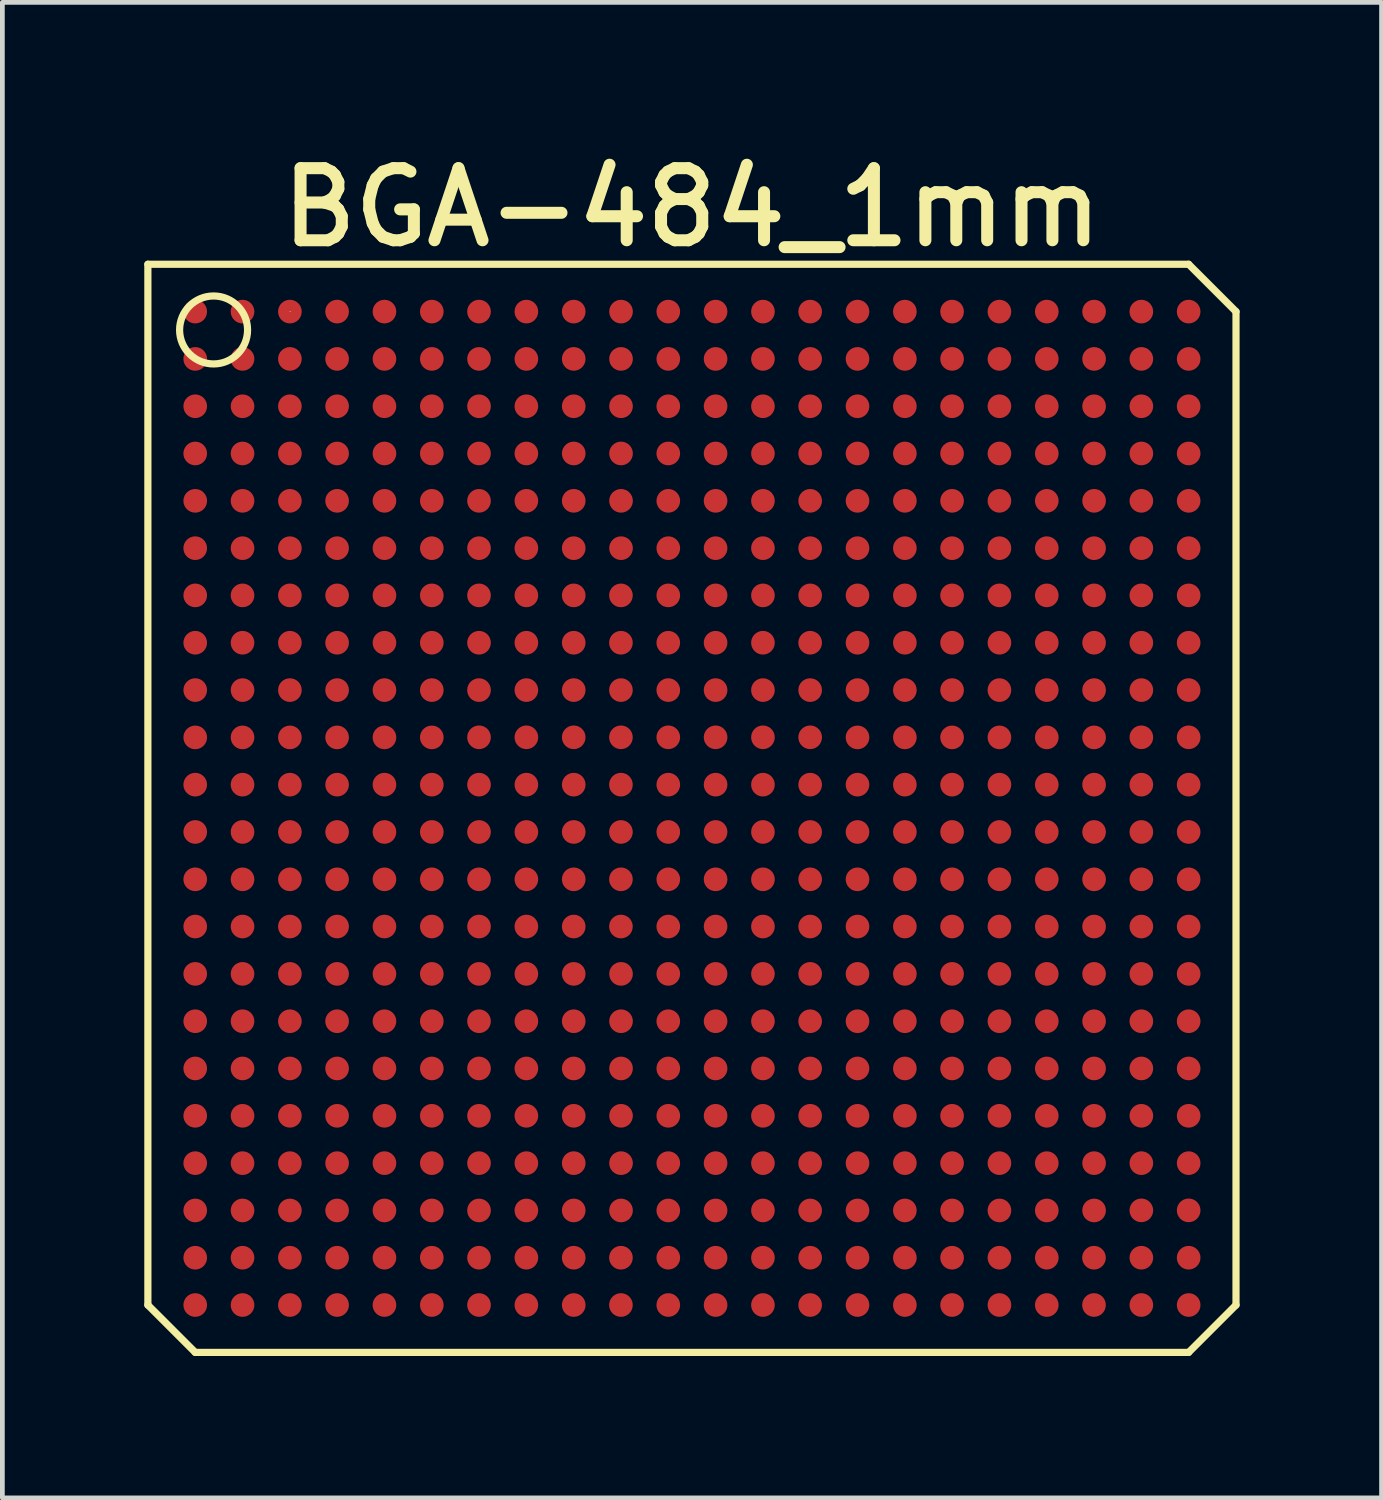
<source format=kicad_pcb>
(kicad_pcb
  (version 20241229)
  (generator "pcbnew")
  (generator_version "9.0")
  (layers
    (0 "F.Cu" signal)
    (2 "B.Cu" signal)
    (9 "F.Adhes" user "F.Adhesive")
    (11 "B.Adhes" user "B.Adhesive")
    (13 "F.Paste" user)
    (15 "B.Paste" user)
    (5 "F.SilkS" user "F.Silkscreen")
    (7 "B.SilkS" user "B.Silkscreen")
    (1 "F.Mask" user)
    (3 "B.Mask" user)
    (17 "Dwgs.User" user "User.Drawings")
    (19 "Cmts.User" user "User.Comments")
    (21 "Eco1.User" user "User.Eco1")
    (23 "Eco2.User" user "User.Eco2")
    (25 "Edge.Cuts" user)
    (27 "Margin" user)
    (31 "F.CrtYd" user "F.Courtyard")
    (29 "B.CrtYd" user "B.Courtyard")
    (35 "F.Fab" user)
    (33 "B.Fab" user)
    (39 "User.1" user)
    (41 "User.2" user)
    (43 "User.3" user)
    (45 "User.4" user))
  (footprint "BGA-484_1mm"
    (layer "F.Cu")
    (at 11.577 14.037)
    (property "Reference" "BGA-484_1mm" (at 0 -12.7 0) (layer "F.SilkS") (effects (font (size 1.524 1.524) (thickness 0.254))))
    (attr smd)
    (fp_line (start -11.501 -11.501) (end 10.5 -11.501) (stroke (width 0.152) (type solid)) (layer "F.SilkS"))
    (fp_line (start -11.501 10.5) (end -11.501 -11.501) (stroke (width 0.152) (type solid)) (layer "F.SilkS"))
    (fp_line (start -10.5 11.501) (end -11.501 10.5) (stroke (width 0.152) (type solid)) (layer "F.SilkS"))
    (fp_line (start -8.499 -10.5) (end -8.489 -10.5) (stroke (width 0.013) (type solid)) (layer "F.SilkS"))
    (fp_line (start 10.5 -11.501) (end 11.501 -10.5) (stroke (width 0.152) (type solid)) (layer "F.SilkS"))
    (fp_line (start 10.5 11.501) (end -10.5 11.501) (stroke (width 0.152) (type solid)) (layer "F.SilkS"))
    (fp_line (start 11.501 -10.5) (end 11.501 10.5) (stroke (width 0.152) (type solid)) (layer "F.SilkS"))
    (fp_line (start 11.501 10.5) (end 10.5 11.501) (stroke (width 0.152) (type solid)) (layer "F.SilkS"))
    (fp_circle (center -10.112 -10.112) (end -9.604 -10.62) (stroke (width 0.152) (type solid)) (fill no) (layer "F.SilkS"))
    (pad "A1" smd circle (at -10.5 -10.5) (size 0.5 0.5) (layers "F.Cu" "F.Mask" "F.Paste"))
    (pad "A2" smd circle (at -9.5 -10.5) (size 0.5 0.5) (layers "F.Cu" "F.Mask" "F.Paste"))
    (pad "A3" smd circle (at -8.499 -10.5) (size 0.5 0.5) (layers "F.Cu" "F.Mask" "F.Paste"))
    (pad "A4" smd circle (at -7.501 -10.5) (size 0.5 0.5) (layers "F.Cu" "F.Mask" "F.Paste"))
    (pad "A5" smd circle (at -6.5 -10.5) (size 0.5 0.5) (layers "F.Cu" "F.Mask" "F.Paste"))
    (pad "A6" smd circle (at -5.499 -10.5) (size 0.5 0.5) (layers "F.Cu" "F.Mask" "F.Paste"))
    (pad "A7" smd circle (at -4.501 -10.5) (size 0.5 0.5) (layers "F.Cu" "F.Mask" "F.Paste"))
    (pad "A8" smd circle (at -3.5 -10.5) (size 0.5 0.5) (layers "F.Cu" "F.Mask" "F.Paste"))
    (pad "A9" smd circle (at -2.499 -10.5) (size 0.5 0.5) (layers "F.Cu" "F.Mask" "F.Paste"))
    (pad "A10" smd circle (at -1.499 -10.5) (size 0.5 0.5) (layers "F.Cu" "F.Mask" "F.Paste"))
    (pad "A11" smd circle (at -0.5 -10.5) (size 0.5 0.5) (layers "F.Cu" "F.Mask" "F.Paste"))
    (pad "A12" smd circle (at 0.5 -10.5) (size 0.5 0.5) (layers "F.Cu" "F.Mask" "F.Paste"))
    (pad "A13" smd circle (at 1.501 -10.5) (size 0.5 0.5) (layers "F.Cu" "F.Mask" "F.Paste"))
    (pad "A14" smd circle (at 2.499 -10.5) (size 0.5 0.5) (layers "F.Cu" "F.Mask" "F.Paste"))
    (pad "A15" smd circle (at 3.5 -10.5) (size 0.5 0.5) (layers "F.Cu" "F.Mask" "F.Paste"))
    (pad "A16" smd circle (at 4.501 -10.5) (size 0.5 0.5) (layers "F.Cu" "F.Mask" "F.Paste"))
    (pad "A17" smd circle (at 5.499 -10.5) (size 0.5 0.5) (layers "F.Cu" "F.Mask" "F.Paste"))
    (pad "A18" smd circle (at 6.5 -10.5) (size 0.5 0.5) (layers "F.Cu" "F.Mask" "F.Paste"))
    (pad "A19" smd circle (at 7.501 -10.5) (size 0.5 0.5) (layers "F.Cu" "F.Mask" "F.Paste"))
    (pad "A20" smd circle (at 8.501 -10.5) (size 0.5 0.5) (layers "F.Cu" "F.Mask" "F.Paste"))
    (pad "A21" smd circle (at 9.5 -10.5) (size 0.5 0.5) (layers "F.Cu" "F.Mask" "F.Paste"))
    (pad "A22" smd circle (at 10.5 -10.5) (size 0.5 0.5) (layers "F.Cu" "F.Mask" "F.Paste"))
    (pad "AA1" smd circle (at -10.5 9.5) (size 0.5 0.5) (layers "F.Cu" "F.Mask" "F.Paste"))
    (pad "AA2" smd circle (at -9.5 9.5) (size 0.5 0.5) (layers "F.Cu" "F.Mask" "F.Paste"))
    (pad "AA3" smd circle (at -8.499 9.5) (size 0.5 0.5) (layers "F.Cu" "F.Mask" "F.Paste"))
    (pad "AA4" smd circle (at -7.501 9.5) (size 0.5 0.5) (layers "F.Cu" "F.Mask" "F.Paste"))
    (pad "AA5" smd circle (at -6.5 9.5) (size 0.5 0.5) (layers "F.Cu" "F.Mask" "F.Paste"))
    (pad "AA6" smd circle (at -5.499 9.5) (size 0.5 0.5) (layers "F.Cu" "F.Mask" "F.Paste"))
    (pad "AA7" smd circle (at -4.501 9.5) (size 0.5 0.5) (layers "F.Cu" "F.Mask" "F.Paste"))
    (pad "AA8" smd circle (at -3.5 9.5) (size 0.5 0.5) (layers "F.Cu" "F.Mask" "F.Paste"))
    (pad "AA9" smd circle (at -2.499 9.5) (size 0.5 0.5) (layers "F.Cu" "F.Mask" "F.Paste"))
    (pad "AA10" smd circle (at -1.501 9.5) (size 0.5 0.5) (layers "F.Cu" "F.Mask" "F.Paste"))
    (pad "AA11" smd circle (at -0.5 9.5) (size 0.5 0.5) (layers "F.Cu" "F.Mask" "F.Paste"))
    (pad "AA12" smd circle (at 0.5 9.5) (size 0.5 0.5) (layers "F.Cu" "F.Mask" "F.Paste"))
    (pad "AA13" smd circle (at 1.501 9.5) (size 0.5 0.5) (layers "F.Cu" "F.Mask" "F.Paste"))
    (pad "AA14" smd circle (at 2.499 9.5) (size 0.5 0.5) (layers "F.Cu" "F.Mask" "F.Paste"))
    (pad "AA15" smd circle (at 3.5 9.5) (size 0.5 0.5) (layers "F.Cu" "F.Mask" "F.Paste"))
    (pad "AA16" smd circle (at 4.501 9.5) (size 0.5 0.5) (layers "F.Cu" "F.Mask" "F.Paste"))
    (pad "AA17" smd circle (at 5.499 9.5) (size 0.5 0.5) (layers "F.Cu" "F.Mask" "F.Paste"))
    (pad "AA18" smd circle (at 6.5 9.5) (size 0.5 0.5) (layers "F.Cu" "F.Mask" "F.Paste"))
    (pad "AA19" smd circle (at 7.501 9.5) (size 0.5 0.5) (layers "F.Cu" "F.Mask" "F.Paste"))
    (pad "AA20" smd circle (at 8.499 9.5) (size 0.5 0.5) (layers "F.Cu" "F.Mask" "F.Paste"))
    (pad "AA21" smd circle (at 9.5 9.5) (size 0.5 0.5) (layers "F.Cu" "F.Mask" "F.Paste"))
    (pad "AA22" smd circle (at 10.5 9.5) (size 0.5 0.5) (layers "F.Cu" "F.Mask" "F.Paste"))
    (pad "AB1" smd circle (at -10.5 10.5) (size 0.5 0.5) (layers "F.Cu" "F.Mask" "F.Paste"))
    (pad "AB2" smd circle (at -9.5 10.5) (size 0.5 0.5) (layers "F.Cu" "F.Mask" "F.Paste"))
    (pad "AB3" smd circle (at -8.499 10.5) (size 0.5 0.5) (layers "F.Cu" "F.Mask" "F.Paste"))
    (pad "AB4" smd circle (at -7.501 10.5) (size 0.5 0.5) (layers "F.Cu" "F.Mask" "F.Paste"))
    (pad "AB5" smd circle (at -6.5 10.5) (size 0.5 0.5) (layers "F.Cu" "F.Mask" "F.Paste"))
    (pad "AB6" smd circle (at -5.499 10.5) (size 0.5 0.5) (layers "F.Cu" "F.Mask" "F.Paste"))
    (pad "AB7" smd circle (at -4.501 10.5) (size 0.5 0.5) (layers "F.Cu" "F.Mask" "F.Paste"))
    (pad "AB8" smd circle (at -3.5 10.5) (size 0.5 0.5) (layers "F.Cu" "F.Mask" "F.Paste"))
    (pad "AB9" smd circle (at -2.499 10.5) (size 0.5 0.5) (layers "F.Cu" "F.Mask" "F.Paste"))
    (pad "AB10" smd circle (at -1.501 10.5) (size 0.5 0.5) (layers "F.Cu" "F.Mask" "F.Paste"))
    (pad "AB11" smd circle (at -0.5 10.5) (size 0.5 0.5) (layers "F.Cu" "F.Mask" "F.Paste"))
    (pad "AB12" smd circle (at 0.5 10.5) (size 0.5 0.5) (layers "F.Cu" "F.Mask" "F.Paste"))
    (pad "AB13" smd circle (at 1.501 10.5) (size 0.5 0.5) (layers "F.Cu" "F.Mask" "F.Paste"))
    (pad "AB14" smd circle (at 2.499 10.5) (size 0.5 0.5) (layers "F.Cu" "F.Mask" "F.Paste"))
    (pad "AB15" smd circle (at 3.5 10.5) (size 0.5 0.5) (layers "F.Cu" "F.Mask" "F.Paste"))
    (pad "AB16" smd circle (at 4.501 10.5) (size 0.5 0.5) (layers "F.Cu" "F.Mask" "F.Paste"))
    (pad "AB17" smd circle (at 5.499 10.5) (size 0.5 0.5) (layers "F.Cu" "F.Mask" "F.Paste"))
    (pad "AB18" smd circle (at 6.5 10.5) (size 0.5 0.5) (layers "F.Cu" "F.Mask" "F.Paste"))
    (pad "AB19" smd circle (at 7.501 10.5) (size 0.5 0.5) (layers "F.Cu" "F.Mask" "F.Paste"))
    (pad "AB20" smd circle (at 8.499 10.5) (size 0.5 0.5) (layers "F.Cu" "F.Mask" "F.Paste"))
    (pad "AB21" smd circle (at 9.5 10.5) (size 0.5 0.5) (layers "F.Cu" "F.Mask" "F.Paste"))
    (pad "AB22" smd circle (at 10.5 10.5) (size 0.5 0.5) (layers "F.Cu" "F.Mask" "F.Paste"))
    (pad "B1" smd circle (at -10.5 -9.5) (size 0.5 0.5) (layers "F.Cu" "F.Mask" "F.Paste"))
    (pad "B2" smd circle (at -9.5 -9.5) (size 0.5 0.5) (layers "F.Cu" "F.Mask" "F.Paste"))
    (pad "B3" smd circle (at -8.499 -9.5) (size 0.5 0.5) (layers "F.Cu" "F.Mask" "F.Paste"))
    (pad "B4" smd circle (at -7.501 -9.5) (size 0.5 0.5) (layers "F.Cu" "F.Mask" "F.Paste"))
    (pad "B5" smd circle (at -6.5 -9.5) (size 0.5 0.5) (layers "F.Cu" "F.Mask" "F.Paste"))
    (pad "B6" smd circle (at -5.499 -9.5) (size 0.5 0.5) (layers "F.Cu" "F.Mask" "F.Paste"))
    (pad "B7" smd circle (at -4.501 -9.5) (size 0.5 0.5) (layers "F.Cu" "F.Mask" "F.Paste"))
    (pad "B8" smd circle (at -3.5 -9.5) (size 0.5 0.5) (layers "F.Cu" "F.Mask" "F.Paste"))
    (pad "B9" smd circle (at -2.499 -9.5) (size 0.5 0.5) (layers "F.Cu" "F.Mask" "F.Paste"))
    (pad "B10" smd circle (at -1.499 -9.5) (size 0.5 0.5) (layers "F.Cu" "F.Mask" "F.Paste"))
    (pad "B11" smd circle (at -0.5 -9.5) (size 0.5 0.5) (layers "F.Cu" "F.Mask" "F.Paste"))
    (pad "B12" smd circle (at 0.5 -9.5) (size 0.5 0.5) (layers "F.Cu" "F.Mask" "F.Paste"))
    (pad "B13" smd circle (at 1.501 -9.5) (size 0.5 0.5) (layers "F.Cu" "F.Mask" "F.Paste"))
    (pad "B14" smd circle (at 2.499 -9.5) (size 0.5 0.5) (layers "F.Cu" "F.Mask" "F.Paste"))
    (pad "B15" smd circle (at 3.5 -9.5) (size 0.5 0.5) (layers "F.Cu" "F.Mask" "F.Paste"))
    (pad "B16" smd circle (at 4.501 -9.5) (size 0.5 0.5) (layers "F.Cu" "F.Mask" "F.Paste"))
    (pad "B17" smd circle (at 5.499 -9.5) (size 0.5 0.5) (layers "F.Cu" "F.Mask" "F.Paste"))
    (pad "B18" smd circle (at 6.5 -9.5) (size 0.5 0.5) (layers "F.Cu" "F.Mask" "F.Paste"))
    (pad "B19" smd circle (at 7.501 -9.5) (size 0.5 0.5) (layers "F.Cu" "F.Mask" "F.Paste"))
    (pad "B20" smd circle (at 8.501 -9.5) (size 0.5 0.5) (layers "F.Cu" "F.Mask" "F.Paste"))
    (pad "B21" smd circle (at 9.5 -9.5) (size 0.5 0.5) (layers "F.Cu" "F.Mask" "F.Paste"))
    (pad "B22" smd circle (at 10.5 -9.5) (size 0.5 0.5) (layers "F.Cu" "F.Mask" "F.Paste"))
    (pad "C1" smd circle (at -10.5 -8.499) (size 0.5 0.5) (layers "F.Cu" "F.Mask" "F.Paste"))
    (pad "C2" smd circle (at -9.5 -8.499) (size 0.5 0.5) (layers "F.Cu" "F.Mask" "F.Paste"))
    (pad "C3" smd circle (at -8.499 -8.499) (size 0.5 0.5) (layers "F.Cu" "F.Mask" "F.Paste"))
    (pad "C4" smd circle (at -7.501 -8.499) (size 0.5 0.5) (layers "F.Cu" "F.Mask" "F.Paste"))
    (pad "C5" smd circle (at -6.5 -8.499) (size 0.5 0.5) (layers "F.Cu" "F.Mask" "F.Paste"))
    (pad "C6" smd circle (at -5.499 -8.499) (size 0.5 0.5) (layers "F.Cu" "F.Mask" "F.Paste"))
    (pad "C7" smd circle (at -4.501 -8.499) (size 0.5 0.5) (layers "F.Cu" "F.Mask" "F.Paste"))
    (pad "C8" smd circle (at -3.5 -8.499) (size 0.5 0.5) (layers "F.Cu" "F.Mask" "F.Paste"))
    (pad "C9" smd circle (at -2.499 -8.499) (size 0.5 0.5) (layers "F.Cu" "F.Mask" "F.Paste"))
    (pad "C10" smd circle (at -1.499 -8.499) (size 0.5 0.5) (layers "F.Cu" "F.Mask" "F.Paste"))
    (pad "C11" smd circle (at -0.5 -8.499) (size 0.5 0.5) (layers "F.Cu" "F.Mask" "F.Paste"))
    (pad "C12" smd circle (at 0.5 -8.499) (size 0.5 0.5) (layers "F.Cu" "F.Mask" "F.Paste"))
    (pad "C13" smd circle (at 1.501 -8.499) (size 0.5 0.5) (layers "F.Cu" "F.Mask" "F.Paste"))
    (pad "C14" smd circle (at 2.499 -8.499) (size 0.5 0.5) (layers "F.Cu" "F.Mask" "F.Paste"))
    (pad "C15" smd circle (at 3.5 -8.499) (size 0.5 0.5) (layers "F.Cu" "F.Mask" "F.Paste"))
    (pad "C16" smd circle (at 4.501 -8.499) (size 0.5 0.5) (layers "F.Cu" "F.Mask" "F.Paste"))
    (pad "C17" smd circle (at 5.499 -8.499) (size 0.5 0.5) (layers "F.Cu" "F.Mask" "F.Paste"))
    (pad "C18" smd circle (at 6.5 -8.499) (size 0.5 0.5) (layers "F.Cu" "F.Mask" "F.Paste"))
    (pad "C19" smd circle (at 7.501 -8.499) (size 0.5 0.5) (layers "F.Cu" "F.Mask" "F.Paste"))
    (pad "C20" smd circle (at 8.501 -8.499) (size 0.5 0.5) (layers "F.Cu" "F.Mask" "F.Paste"))
    (pad "C21" smd circle (at 9.5 -8.499) (size 0.5 0.5) (layers "F.Cu" "F.Mask" "F.Paste"))
    (pad "C22" smd circle (at 10.5 -8.499) (size 0.5 0.5) (layers "F.Cu" "F.Mask" "F.Paste"))
    (pad "D1" smd circle (at -10.5 -7.501) (size 0.5 0.5) (layers "F.Cu" "F.Mask" "F.Paste"))
    (pad "D2" smd circle (at -9.5 -7.501) (size 0.5 0.5) (layers "F.Cu" "F.Mask" "F.Paste"))
    (pad "D3" smd circle (at -8.499 -7.501) (size 0.5 0.5) (layers "F.Cu" "F.Mask" "F.Paste"))
    (pad "D4" smd circle (at -7.501 -7.501) (size 0.5 0.5) (layers "F.Cu" "F.Mask" "F.Paste"))
    (pad "D5" smd circle (at -6.5 -7.501) (size 0.5 0.5) (layers "F.Cu" "F.Mask" "F.Paste"))
    (pad "D6" smd circle (at -5.499 -7.501) (size 0.5 0.5) (layers "F.Cu" "F.Mask" "F.Paste"))
    (pad "D7" smd circle (at -4.501 -7.501) (size 0.5 0.5) (layers "F.Cu" "F.Mask" "F.Paste"))
    (pad "D8" smd circle (at -3.5 -7.501) (size 0.5 0.5) (layers "F.Cu" "F.Mask" "F.Paste"))
    (pad "D9" smd circle (at -2.499 -7.501) (size 0.5 0.5) (layers "F.Cu" "F.Mask" "F.Paste"))
    (pad "D10" smd circle (at -1.499 -7.501) (size 0.5 0.5) (layers "F.Cu" "F.Mask" "F.Paste"))
    (pad "D11" smd circle (at -0.5 -7.501) (size 0.5 0.5) (layers "F.Cu" "F.Mask" "F.Paste"))
    (pad "D12" smd circle (at 0.5 -7.501) (size 0.5 0.5) (layers "F.Cu" "F.Mask" "F.Paste"))
    (pad "D13" smd circle (at 1.501 -7.501) (size 0.5 0.5) (layers "F.Cu" "F.Mask" "F.Paste"))
    (pad "D14" smd circle (at 2.499 -7.501) (size 0.5 0.5) (layers "F.Cu" "F.Mask" "F.Paste"))
    (pad "D15" smd circle (at 3.5 -7.501) (size 0.5 0.5) (layers "F.Cu" "F.Mask" "F.Paste"))
    (pad "D16" smd circle (at 4.501 -7.501) (size 0.5 0.5) (layers "F.Cu" "F.Mask" "F.Paste"))
    (pad "D17" smd circle (at 5.499 -7.501) (size 0.5 0.5) (layers "F.Cu" "F.Mask" "F.Paste"))
    (pad "D18" smd circle (at 6.5 -7.501) (size 0.5 0.5) (layers "F.Cu" "F.Mask" "F.Paste"))
    (pad "D19" smd circle (at 7.501 -7.501) (size 0.5 0.5) (layers "F.Cu" "F.Mask" "F.Paste"))
    (pad "D20" smd circle (at 8.501 -7.501) (size 0.5 0.5) (layers "F.Cu" "F.Mask" "F.Paste"))
    (pad "D21" smd circle (at 9.5 -7.501) (size 0.5 0.5) (layers "F.Cu" "F.Mask" "F.Paste"))
    (pad "D22" smd circle (at 10.5 -7.501) (size 0.5 0.5) (layers "F.Cu" "F.Mask" "F.Paste"))
    (pad "E1" smd circle (at -10.5 -6.5) (size 0.5 0.5) (layers "F.Cu" "F.Mask" "F.Paste"))
    (pad "E2" smd circle (at -9.5 -6.5) (size 0.5 0.5) (layers "F.Cu" "F.Mask" "F.Paste"))
    (pad "E3" smd circle (at -8.499 -6.5) (size 0.5 0.5) (layers "F.Cu" "F.Mask" "F.Paste"))
    (pad "E4" smd circle (at -7.501 -6.5) (size 0.5 0.5) (layers "F.Cu" "F.Mask" "F.Paste"))
    (pad "E5" smd circle (at -6.5 -6.5) (size 0.5 0.5) (layers "F.Cu" "F.Mask" "F.Paste"))
    (pad "E6" smd circle (at -5.499 -6.5) (size 0.5 0.5) (layers "F.Cu" "F.Mask" "F.Paste"))
    (pad "E7" smd circle (at -4.501 -6.5) (size 0.5 0.5) (layers "F.Cu" "F.Mask" "F.Paste"))
    (pad "E8" smd circle (at -3.5 -6.5) (size 0.5 0.5) (layers "F.Cu" "F.Mask" "F.Paste"))
    (pad "E9" smd circle (at -2.499 -6.5) (size 0.5 0.5) (layers "F.Cu" "F.Mask" "F.Paste"))
    (pad "E10" smd circle (at -1.499 -6.5) (size 0.5 0.5) (layers "F.Cu" "F.Mask" "F.Paste"))
    (pad "E11" smd circle (at -0.5 -6.5) (size 0.5 0.5) (layers "F.Cu" "F.Mask" "F.Paste"))
    (pad "E12" smd circle (at 0.5 -6.5) (size 0.5 0.5) (layers "F.Cu" "F.Mask" "F.Paste"))
    (pad "E13" smd circle (at 1.501 -6.5) (size 0.5 0.5) (layers "F.Cu" "F.Mask" "F.Paste"))
    (pad "E14" smd circle (at 2.499 -6.5) (size 0.5 0.5) (layers "F.Cu" "F.Mask" "F.Paste"))
    (pad "E15" smd circle (at 3.5 -6.5) (size 0.5 0.5) (layers "F.Cu" "F.Mask" "F.Paste"))
    (pad "E16" smd circle (at 4.501 -6.5) (size 0.5 0.5) (layers "F.Cu" "F.Mask" "F.Paste"))
    (pad "E17" smd circle (at 5.499 -6.5) (size 0.5 0.5) (layers "F.Cu" "F.Mask" "F.Paste"))
    (pad "E18" smd circle (at 6.5 -6.5) (size 0.5 0.5) (layers "F.Cu" "F.Mask" "F.Paste"))
    (pad "E19" smd circle (at 7.501 -6.5) (size 0.5 0.5) (layers "F.Cu" "F.Mask" "F.Paste"))
    (pad "E20" smd circle (at 8.501 -6.5) (size 0.5 0.5) (layers "F.Cu" "F.Mask" "F.Paste"))
    (pad "E21" smd circle (at 9.5 -6.5) (size 0.5 0.5) (layers "F.Cu" "F.Mask" "F.Paste"))
    (pad "E22" smd circle (at 10.5 -6.5) (size 0.5 0.5) (layers "F.Cu" "F.Mask" "F.Paste"))
    (pad "F1" smd circle (at -10.5 -5.499) (size 0.5 0.5) (layers "F.Cu" "F.Mask" "F.Paste"))
    (pad "F2" smd circle (at -9.5 -5.499) (size 0.5 0.5) (layers "F.Cu" "F.Mask" "F.Paste"))
    (pad "F3" smd circle (at -8.499 -5.499) (size 0.5 0.5) (layers "F.Cu" "F.Mask" "F.Paste"))
    (pad "F4" smd circle (at -7.501 -5.499) (size 0.5 0.5) (layers "F.Cu" "F.Mask" "F.Paste"))
    (pad "F5" smd circle (at -6.5 -5.499) (size 0.5 0.5) (layers "F.Cu" "F.Mask" "F.Paste"))
    (pad "F6" smd circle (at -5.499 -5.499) (size 0.5 0.5) (layers "F.Cu" "F.Mask" "F.Paste"))
    (pad "F7" smd circle (at -4.501 -5.499) (size 0.5 0.5) (layers "F.Cu" "F.Mask" "F.Paste"))
    (pad "F8" smd circle (at -3.5 -5.499) (size 0.5 0.5) (layers "F.Cu" "F.Mask" "F.Paste"))
    (pad "F9" smd circle (at -2.499 -5.499) (size 0.5 0.5) (layers "F.Cu" "F.Mask" "F.Paste"))
    (pad "F10" smd circle (at -1.499 -5.499) (size 0.5 0.5) (layers "F.Cu" "F.Mask" "F.Paste"))
    (pad "F11" smd circle (at -0.5 -5.499) (size 0.5 0.5) (layers "F.Cu" "F.Mask" "F.Paste"))
    (pad "F12" smd circle (at 0.5 -5.499) (size 0.5 0.5) (layers "F.Cu" "F.Mask" "F.Paste"))
    (pad "F13" smd circle (at 1.501 -5.499) (size 0.5 0.5) (layers "F.Cu" "F.Mask" "F.Paste"))
    (pad "F14" smd circle (at 2.499 -5.499) (size 0.5 0.5) (layers "F.Cu" "F.Mask" "F.Paste"))
    (pad "F15" smd circle (at 3.5 -5.499) (size 0.5 0.5) (layers "F.Cu" "F.Mask" "F.Paste"))
    (pad "F16" smd circle (at 4.501 -5.499) (size 0.5 0.5) (layers "F.Cu" "F.Mask" "F.Paste"))
    (pad "F17" smd circle (at 5.499 -5.499) (size 0.5 0.5) (layers "F.Cu" "F.Mask" "F.Paste"))
    (pad "F18" smd circle (at 6.5 -5.499) (size 0.5 0.5) (layers "F.Cu" "F.Mask" "F.Paste"))
    (pad "F19" smd circle (at 7.501 -5.499) (size 0.5 0.5) (layers "F.Cu" "F.Mask" "F.Paste"))
    (pad "F20" smd circle (at 8.501 -5.499) (size 0.5 0.5) (layers "F.Cu" "F.Mask" "F.Paste"))
    (pad "F21" smd circle (at 9.5 -5.499) (size 0.5 0.5) (layers "F.Cu" "F.Mask" "F.Paste"))
    (pad "F22" smd circle (at 10.5 -5.499) (size 0.5 0.5) (layers "F.Cu" "F.Mask" "F.Paste"))
    (pad "G1" smd circle (at -10.5 -4.501) (size 0.5 0.5) (layers "F.Cu" "F.Mask" "F.Paste"))
    (pad "G2" smd circle (at -9.5 -4.501) (size 0.5 0.5) (layers "F.Cu" "F.Mask" "F.Paste"))
    (pad "G3" smd circle (at -8.499 -4.501) (size 0.5 0.5) (layers "F.Cu" "F.Mask" "F.Paste"))
    (pad "G4" smd circle (at -7.501 -4.501) (size 0.5 0.5) (layers "F.Cu" "F.Mask" "F.Paste"))
    (pad "G5" smd circle (at -6.5 -4.501) (size 0.5 0.5) (layers "F.Cu" "F.Mask" "F.Paste"))
    (pad "G6" smd circle (at -5.499 -4.501) (size 0.5 0.5) (layers "F.Cu" "F.Mask" "F.Paste"))
    (pad "G7" smd circle (at -4.501 -4.501) (size 0.5 0.5) (layers "F.Cu" "F.Mask" "F.Paste"))
    (pad "G8" smd circle (at -3.5 -4.501) (size 0.5 0.5) (layers "F.Cu" "F.Mask" "F.Paste"))
    (pad "G9" smd circle (at -2.499 -4.501) (size 0.5 0.5) (layers "F.Cu" "F.Mask" "F.Paste"))
    (pad "G10" smd circle (at -1.501 -4.501) (size 0.5 0.5) (layers "F.Cu" "F.Mask" "F.Paste"))
    (pad "G11" smd circle (at -0.5 -4.501) (size 0.5 0.5) (layers "F.Cu" "F.Mask" "F.Paste"))
    (pad "G12" smd circle (at 0.5 -4.501) (size 0.5 0.5) (layers "F.Cu" "F.Mask" "F.Paste"))
    (pad "G13" smd circle (at 1.501 -4.501) (size 0.5 0.5) (layers "F.Cu" "F.Mask" "F.Paste"))
    (pad "G14" smd circle (at 2.499 -4.501) (size 0.5 0.5) (layers "F.Cu" "F.Mask" "F.Paste"))
    (pad "G15" smd circle (at 3.5 -4.501) (size 0.5 0.5) (layers "F.Cu" "F.Mask" "F.Paste"))
    (pad "G16" smd circle (at 4.501 -4.501) (size 0.5 0.5) (layers "F.Cu" "F.Mask" "F.Paste"))
    (pad "G17" smd circle (at 5.499 -4.501) (size 0.5 0.5) (layers "F.Cu" "F.Mask" "F.Paste"))
    (pad "G18" smd circle (at 6.5 -4.501) (size 0.5 0.5) (layers "F.Cu" "F.Mask" "F.Paste"))
    (pad "G19" smd circle (at 7.501 -4.501) (size 0.5 0.5) (layers "F.Cu" "F.Mask" "F.Paste"))
    (pad "G20" smd circle (at 8.501 -4.501) (size 0.5 0.5) (layers "F.Cu" "F.Mask" "F.Paste"))
    (pad "G21" smd circle (at 9.5 -4.501) (size 0.5 0.5) (layers "F.Cu" "F.Mask" "F.Paste"))
    (pad "G22" smd circle (at 10.5 -4.501) (size 0.5 0.5) (layers "F.Cu" "F.Mask" "F.Paste"))
    (pad "H1" smd circle (at -10.5 -3.5) (size 0.5 0.5) (layers "F.Cu" "F.Mask" "F.Paste"))
    (pad "H2" smd circle (at -9.5 -3.5) (size 0.5 0.5) (layers "F.Cu" "F.Mask" "F.Paste"))
    (pad "H3" smd circle (at -8.499 -3.5) (size 0.5 0.5) (layers "F.Cu" "F.Mask" "F.Paste"))
    (pad "H4" smd circle (at -7.501 -3.5) (size 0.5 0.5) (layers "F.Cu" "F.Mask" "F.Paste"))
    (pad "H5" smd circle (at -6.5 -3.5) (size 0.5 0.5) (layers "F.Cu" "F.Mask" "F.Paste"))
    (pad "H6" smd circle (at -5.499 -3.5) (size 0.5 0.5) (layers "F.Cu" "F.Mask" "F.Paste"))
    (pad "H7" smd circle (at -4.501 -3.5) (size 0.5 0.5) (layers "F.Cu" "F.Mask" "F.Paste"))
    (pad "H8" smd circle (at -3.5 -3.5) (size 0.5 0.5) (layers "F.Cu" "F.Mask" "F.Paste"))
    (pad "H9" smd circle (at -2.499 -3.5) (size 0.5 0.5) (layers "F.Cu" "F.Mask" "F.Paste"))
    (pad "H10" smd circle (at -1.501 -3.5) (size 0.5 0.5) (layers "F.Cu" "F.Mask" "F.Paste"))
    (pad "H11" smd circle (at -0.5 -3.5) (size 0.5 0.5) (layers "F.Cu" "F.Mask" "F.Paste"))
    (pad "H12" smd circle (at 0.5 -3.5) (size 0.5 0.5) (layers "F.Cu" "F.Mask" "F.Paste"))
    (pad "H13" smd circle (at 1.501 -3.5) (size 0.5 0.5) (layers "F.Cu" "F.Mask" "F.Paste"))
    (pad "H14" smd circle (at 2.499 -3.5) (size 0.5 0.5) (layers "F.Cu" "F.Mask" "F.Paste"))
    (pad "H15" smd circle (at 3.5 -3.5) (size 0.5 0.5) (layers "F.Cu" "F.Mask" "F.Paste"))
    (pad "H16" smd circle (at 4.501 -3.5) (size 0.5 0.5) (layers "F.Cu" "F.Mask" "F.Paste"))
    (pad "H17" smd circle (at 5.499 -3.5) (size 0.5 0.5) (layers "F.Cu" "F.Mask" "F.Paste"))
    (pad "H18" smd circle (at 6.5 -3.5) (size 0.5 0.5) (layers "F.Cu" "F.Mask" "F.Paste"))
    (pad "H19" smd circle (at 7.501 -3.5) (size 0.5 0.5) (layers "F.Cu" "F.Mask" "F.Paste"))
    (pad "H20" smd circle (at 8.501 -3.5) (size 0.5 0.5) (layers "F.Cu" "F.Mask" "F.Paste"))
    (pad "H21" smd circle (at 9.5 -3.5) (size 0.5 0.5) (layers "F.Cu" "F.Mask" "F.Paste"))
    (pad "H22" smd circle (at 10.5 -3.5) (size 0.5 0.5) (layers "F.Cu" "F.Mask" "F.Paste"))
    (pad "J1" smd circle (at -10.5 -2.499) (size 0.5 0.5) (layers "F.Cu" "F.Mask" "F.Paste"))
    (pad "J2" smd circle (at -9.5 -2.499) (size 0.5 0.5) (layers "F.Cu" "F.Mask" "F.Paste"))
    (pad "J3" smd circle (at -8.499 -2.499) (size 0.5 0.5) (layers "F.Cu" "F.Mask" "F.Paste"))
    (pad "J4" smd circle (at -7.501 -2.499) (size 0.5 0.5) (layers "F.Cu" "F.Mask" "F.Paste"))
    (pad "J5" smd circle (at -6.5 -2.499) (size 0.5 0.5) (layers "F.Cu" "F.Mask" "F.Paste"))
    (pad "J6" smd circle (at -5.499 -2.499) (size 0.5 0.5) (layers "F.Cu" "F.Mask" "F.Paste"))
    (pad "J7" smd circle (at -4.501 -2.499) (size 0.5 0.5) (layers "F.Cu" "F.Mask" "F.Paste"))
    (pad "J8" smd circle (at -3.5 -2.499) (size 0.5 0.5) (layers "F.Cu" "F.Mask" "F.Paste"))
    (pad "J9" smd circle (at -2.499 -2.499) (size 0.5 0.5) (layers "F.Cu" "F.Mask" "F.Paste"))
    (pad "J10" smd circle (at -1.501 -2.499) (size 0.5 0.5) (layers "F.Cu" "F.Mask" "F.Paste"))
    (pad "J11" smd circle (at -0.5 -2.499) (size 0.5 0.5) (layers "F.Cu" "F.Mask" "F.Paste"))
    (pad "J12" smd circle (at 0.5 -2.499) (size 0.5 0.5) (layers "F.Cu" "F.Mask" "F.Paste"))
    (pad "J13" smd circle (at 1.501 -2.499) (size 0.5 0.5) (layers "F.Cu" "F.Mask" "F.Paste"))
    (pad "J14" smd circle (at 2.499 -2.499) (size 0.5 0.5) (layers "F.Cu" "F.Mask" "F.Paste"))
    (pad "J15" smd circle (at 3.5 -2.499) (size 0.5 0.5) (layers "F.Cu" "F.Mask" "F.Paste"))
    (pad "J16" smd circle (at 4.501 -2.499) (size 0.5 0.5) (layers "F.Cu" "F.Mask" "F.Paste"))
    (pad "J17" smd circle (at 5.499 -2.499) (size 0.5 0.5) (layers "F.Cu" "F.Mask" "F.Paste"))
    (pad "J18" smd circle (at 6.5 -2.499) (size 0.5 0.5) (layers "F.Cu" "F.Mask" "F.Paste"))
    (pad "J19" smd circle (at 7.501 -2.499) (size 0.5 0.5) (layers "F.Cu" "F.Mask" "F.Paste"))
    (pad "J20" smd circle (at 8.501 -2.499) (size 0.5 0.5) (layers "F.Cu" "F.Mask" "F.Paste"))
    (pad "J21" smd circle (at 9.5 -2.499) (size 0.5 0.5) (layers "F.Cu" "F.Mask" "F.Paste"))
    (pad "J22" smd circle (at 10.5 -2.499) (size 0.5 0.5) (layers "F.Cu" "F.Mask" "F.Paste"))
    (pad "K1" smd circle (at -10.5 -1.499) (size 0.5 0.5) (layers "F.Cu" "F.Mask" "F.Paste"))
    (pad "K2" smd circle (at -9.5 -1.499) (size 0.5 0.5) (layers "F.Cu" "F.Mask" "F.Paste"))
    (pad "K3" smd circle (at -8.499 -1.499) (size 0.5 0.5) (layers "F.Cu" "F.Mask" "F.Paste"))
    (pad "K4" smd circle (at -7.501 -1.499) (size 0.5 0.5) (layers "F.Cu" "F.Mask" "F.Paste"))
    (pad "K5" smd circle (at -6.5 -1.499) (size 0.5 0.5) (layers "F.Cu" "F.Mask" "F.Paste"))
    (pad "K6" smd circle (at -5.499 -1.499) (size 0.5 0.5) (layers "F.Cu" "F.Mask" "F.Paste"))
    (pad "K7" smd circle (at -4.501 -1.501) (size 0.5 0.5) (layers "F.Cu" "F.Mask" "F.Paste"))
    (pad "K8" smd circle (at -3.5 -1.501) (size 0.5 0.5) (layers "F.Cu" "F.Mask" "F.Paste"))
    (pad "K9" smd circle (at -2.499 -1.501) (size 0.5 0.5) (layers "F.Cu" "F.Mask" "F.Paste"))
    (pad "K10" smd circle (at -1.501 -1.501) (size 0.5 0.5) (layers "F.Cu" "F.Mask" "F.Paste"))
    (pad "K11" smd circle (at -0.5 -1.501) (size 0.5 0.5) (layers "F.Cu" "F.Mask" "F.Paste"))
    (pad "K12" smd circle (at 0.5 -1.501) (size 0.5 0.5) (layers "F.Cu" "F.Mask" "F.Paste"))
    (pad "K13" smd circle (at 1.501 -1.501) (size 0.5 0.5) (layers "F.Cu" "F.Mask" "F.Paste"))
    (pad "K14" smd circle (at 2.499 -1.501) (size 0.5 0.5) (layers "F.Cu" "F.Mask" "F.Paste"))
    (pad "K15" smd circle (at 3.5 -1.499) (size 0.5 0.5) (layers "F.Cu" "F.Mask" "F.Paste"))
    (pad "K16" smd circle (at 4.501 -1.499) (size 0.5 0.5) (layers "F.Cu" "F.Mask" "F.Paste"))
    (pad "K17" smd circle (at 5.499 -1.499) (size 0.5 0.5) (layers "F.Cu" "F.Mask" "F.Paste"))
    (pad "K18" smd circle (at 6.5 -1.499) (size 0.5 0.5) (layers "F.Cu" "F.Mask" "F.Paste"))
    (pad "K19" smd circle (at 7.501 -1.499) (size 0.5 0.5) (layers "F.Cu" "F.Mask" "F.Paste"))
    (pad "K20" smd circle (at 8.501 -1.499) (size 0.5 0.5) (layers "F.Cu" "F.Mask" "F.Paste"))
    (pad "K21" smd circle (at 9.5 -1.501) (size 0.5 0.5) (layers "F.Cu" "F.Mask" "F.Paste"))
    (pad "K22" smd circle (at 10.5 -1.501) (size 0.5 0.5) (layers "F.Cu" "F.Mask" "F.Paste"))
    (pad "L1" smd circle (at -10.5 -0.5) (size 0.5 0.5) (layers "F.Cu" "F.Mask" "F.Paste"))
    (pad "L2" smd circle (at -9.5 -0.5) (size 0.5 0.5) (layers "F.Cu" "F.Mask" "F.Paste"))
    (pad "L3" smd circle (at -8.499 -0.5) (size 0.5 0.5) (layers "F.Cu" "F.Mask" "F.Paste"))
    (pad "L4" smd circle (at -7.501 -0.5) (size 0.5 0.5) (layers "F.Cu" "F.Mask" "F.Paste"))
    (pad "L5" smd circle (at -6.5 -0.5) (size 0.5 0.5) (layers "F.Cu" "F.Mask" "F.Paste"))
    (pad "L6" smd circle (at -5.499 -0.5) (size 0.5 0.5) (layers "F.Cu" "F.Mask" "F.Paste"))
    (pad "L7" smd circle (at -4.501 -0.5) (size 0.5 0.5) (layers "F.Cu" "F.Mask" "F.Paste"))
    (pad "L8" smd circle (at -3.5 -0.5) (size 0.5 0.5) (layers "F.Cu" "F.Mask" "F.Paste"))
    (pad "L9" smd circle (at -2.499 -0.5) (size 0.5 0.5) (layers "F.Cu" "F.Mask" "F.Paste"))
    (pad "L10" smd circle (at -1.501 -0.5) (size 0.5 0.5) (layers "F.Cu" "F.Mask" "F.Paste"))
    (pad "L11" smd circle (at -0.5 -0.5) (size 0.5 0.5) (layers "F.Cu" "F.Mask" "F.Paste"))
    (pad "L12" smd circle (at 0.5 -0.5) (size 0.5 0.5) (layers "F.Cu" "F.Mask" "F.Paste"))
    (pad "L13" smd circle (at 1.501 -0.5) (size 0.5 0.5) (layers "F.Cu" "F.Mask" "F.Paste"))
    (pad "L14" smd circle (at 2.499 -0.5) (size 0.5 0.5) (layers "F.Cu" "F.Mask" "F.Paste"))
    (pad "L15" smd circle (at 3.5 -0.5) (size 0.5 0.5) (layers "F.Cu" "F.Mask" "F.Paste"))
    (pad "L16" smd circle (at 4.501 -0.5) (size 0.5 0.5) (layers "F.Cu" "F.Mask" "F.Paste"))
    (pad "L17" smd circle (at 5.499 -0.5) (size 0.5 0.5) (layers "F.Cu" "F.Mask" "F.Paste"))
    (pad "L18" smd circle (at 6.5 -0.5) (size 0.5 0.5) (layers "F.Cu" "F.Mask" "F.Paste"))
    (pad "L19" smd circle (at 7.501 -0.5) (size 0.5 0.5) (layers "F.Cu" "F.Mask" "F.Paste"))
    (pad "L20" smd circle (at 8.501 -0.5) (size 0.5 0.5) (layers "F.Cu" "F.Mask" "F.Paste"))
    (pad "L21" smd circle (at 9.5 -0.5) (size 0.5 0.5) (layers "F.Cu" "F.Mask" "F.Paste"))
    (pad "L22" smd circle (at 10.5 -0.5) (size 0.5 0.5) (layers "F.Cu" "F.Mask" "F.Paste"))
    (pad "M1" smd circle (at -10.5 0.5) (size 0.5 0.5) (layers "F.Cu" "F.Mask" "F.Paste"))
    (pad "M2" smd circle (at -9.5 0.5) (size 0.5 0.5) (layers "F.Cu" "F.Mask" "F.Paste"))
    (pad "M3" smd circle (at -8.499 0.5) (size 0.5 0.5) (layers "F.Cu" "F.Mask" "F.Paste"))
    (pad "M4" smd circle (at -7.501 0.5) (size 0.5 0.5) (layers "F.Cu" "F.Mask" "F.Paste"))
    (pad "M5" smd circle (at -6.5 0.5) (size 0.5 0.5) (layers "F.Cu" "F.Mask" "F.Paste"))
    (pad "M6" smd circle (at -5.499 0.5) (size 0.5 0.5) (layers "F.Cu" "F.Mask" "F.Paste"))
    (pad "M7" smd circle (at -4.501 0.5) (size 0.5 0.5) (layers "F.Cu" "F.Mask" "F.Paste"))
    (pad "M8" smd circle (at -3.5 0.5) (size 0.5 0.5) (layers "F.Cu" "F.Mask" "F.Paste"))
    (pad "M9" smd circle (at -2.499 0.5) (size 0.5 0.5) (layers "F.Cu" "F.Mask" "F.Paste"))
    (pad "M10" smd circle (at -1.501 0.5) (size 0.5 0.5) (layers "F.Cu" "F.Mask" "F.Paste"))
    (pad "M11" smd circle (at -0.5 0.5) (size 0.5 0.5) (layers "F.Cu" "F.Mask" "F.Paste"))
    (pad "M12" smd circle (at 0.5 0.5) (size 0.5 0.5) (layers "F.Cu" "F.Mask" "F.Paste"))
    (pad "M13" smd circle (at 1.501 0.5) (size 0.5 0.5) (layers "F.Cu" "F.Mask" "F.Paste"))
    (pad "M14" smd circle (at 2.499 0.5) (size 0.5 0.5) (layers "F.Cu" "F.Mask" "F.Paste"))
    (pad "M15" smd circle (at 3.5 0.5) (size 0.5 0.5) (layers "F.Cu" "F.Mask" "F.Paste"))
    (pad "M16" smd circle (at 4.501 0.5) (size 0.5 0.5) (layers "F.Cu" "F.Mask" "F.Paste"))
    (pad "M17" smd circle (at 5.499 0.5) (size 0.5 0.5) (layers "F.Cu" "F.Mask" "F.Paste"))
    (pad "M18" smd circle (at 6.5 0.5) (size 0.5 0.5) (layers "F.Cu" "F.Mask" "F.Paste"))
    (pad "M19" smd circle (at 7.501 0.5) (size 0.5 0.5) (layers "F.Cu" "F.Mask" "F.Paste"))
    (pad "M20" smd circle (at 8.501 0.5) (size 0.5 0.5) (layers "F.Cu" "F.Mask" "F.Paste"))
    (pad "M21" smd circle (at 9.5 0.5) (size 0.5 0.5) (layers "F.Cu" "F.Mask" "F.Paste"))
    (pad "M22" smd circle (at 10.5 0.5) (size 0.5 0.5) (layers "F.Cu" "F.Mask" "F.Paste"))
    (pad "N1" smd circle (at -10.5 1.501) (size 0.5 0.5) (layers "F.Cu" "F.Mask" "F.Paste"))
    (pad "N2" smd circle (at -9.5 1.501) (size 0.5 0.5) (layers "F.Cu" "F.Mask" "F.Paste"))
    (pad "N3" smd circle (at -8.499 1.501) (size 0.5 0.5) (layers "F.Cu" "F.Mask" "F.Paste"))
    (pad "N4" smd circle (at -7.501 1.501) (size 0.5 0.5) (layers "F.Cu" "F.Mask" "F.Paste"))
    (pad "N5" smd circle (at -6.5 1.501) (size 0.5 0.5) (layers "F.Cu" "F.Mask" "F.Paste"))
    (pad "N6" smd circle (at -5.499 1.501) (size 0.5 0.5) (layers "F.Cu" "F.Mask" "F.Paste"))
    (pad "N7" smd circle (at -4.501 1.501) (size 0.5 0.5) (layers "F.Cu" "F.Mask" "F.Paste"))
    (pad "N8" smd circle (at -3.5 1.501) (size 0.5 0.5) (layers "F.Cu" "F.Mask" "F.Paste"))
    (pad "N9" smd circle (at -2.499 1.501) (size 0.5 0.5) (layers "F.Cu" "F.Mask" "F.Paste"))
    (pad "N10" smd circle (at -1.501 1.501) (size 0.5 0.5) (layers "F.Cu" "F.Mask" "F.Paste"))
    (pad "N11" smd circle (at -0.5 1.501) (size 0.5 0.5) (layers "F.Cu" "F.Mask" "F.Paste"))
    (pad "N12" smd circle (at 0.5 1.501) (size 0.5 0.5) (layers "F.Cu" "F.Mask" "F.Paste"))
    (pad "N13" smd circle (at 1.501 1.501) (size 0.5 0.5) (layers "F.Cu" "F.Mask" "F.Paste"))
    (pad "N14" smd circle (at 2.499 1.501) (size 0.5 0.5) (layers "F.Cu" "F.Mask" "F.Paste"))
    (pad "N15" smd circle (at 3.5 1.501) (size 0.5 0.5) (layers "F.Cu" "F.Mask" "F.Paste"))
    (pad "N16" smd circle (at 4.501 1.501) (size 0.5 0.5) (layers "F.Cu" "F.Mask" "F.Paste"))
    (pad "N17" smd circle (at 5.499 1.501) (size 0.5 0.5) (layers "F.Cu" "F.Mask" "F.Paste"))
    (pad "N18" smd circle (at 6.5 1.501) (size 0.5 0.5) (layers "F.Cu" "F.Mask" "F.Paste"))
    (pad "N19" smd circle (at 7.501 1.501) (size 0.5 0.5) (layers "F.Cu" "F.Mask" "F.Paste"))
    (pad "N20" smd circle (at 8.501 1.501) (size 0.5 0.5) (layers "F.Cu" "F.Mask" "F.Paste"))
    (pad "N21" smd circle (at 9.5 1.501) (size 0.5 0.5) (layers "F.Cu" "F.Mask" "F.Paste"))
    (pad "N22" smd circle (at 10.5 1.501) (size 0.5 0.5) (layers "F.Cu" "F.Mask" "F.Paste"))
    (pad "P1" smd circle (at -10.5 2.499) (size 0.5 0.5) (layers "F.Cu" "F.Mask" "F.Paste"))
    (pad "P2" smd circle (at -9.5 2.499) (size 0.5 0.5) (layers "F.Cu" "F.Mask" "F.Paste"))
    (pad "P3" smd circle (at -8.499 2.499) (size 0.5 0.5) (layers "F.Cu" "F.Mask" "F.Paste"))
    (pad "P4" smd circle (at -7.501 2.499) (size 0.5 0.5) (layers "F.Cu" "F.Mask" "F.Paste"))
    (pad "P5" smd circle (at -6.5 2.499) (size 0.5 0.5) (layers "F.Cu" "F.Mask" "F.Paste"))
    (pad "P6" smd circle (at -5.499 2.499) (size 0.5 0.5) (layers "F.Cu" "F.Mask" "F.Paste"))
    (pad "P7" smd circle (at -4.501 2.499) (size 0.5 0.5) (layers "F.Cu" "F.Mask" "F.Paste"))
    (pad "P8" smd circle (at -3.5 2.499) (size 0.5 0.5) (layers "F.Cu" "F.Mask" "F.Paste"))
    (pad "P9" smd circle (at -2.499 2.499) (size 0.5 0.5) (layers "F.Cu" "F.Mask" "F.Paste"))
    (pad "P10" smd circle (at -1.501 2.499) (size 0.5 0.5) (layers "F.Cu" "F.Mask" "F.Paste"))
    (pad "P11" smd circle (at -0.5 2.499) (size 0.5 0.5) (layers "F.Cu" "F.Mask" "F.Paste"))
    (pad "P12" smd circle (at 0.5 2.499) (size 0.5 0.5) (layers "F.Cu" "F.Mask" "F.Paste"))
    (pad "P13" smd circle (at 1.501 2.499) (size 0.5 0.5) (layers "F.Cu" "F.Mask" "F.Paste"))
    (pad "P14" smd circle (at 2.499 2.499) (size 0.5 0.5) (layers "F.Cu" "F.Mask" "F.Paste"))
    (pad "P15" smd circle (at 3.5 2.499) (size 0.5 0.5) (layers "F.Cu" "F.Mask" "F.Paste"))
    (pad "P16" smd circle (at 4.501 2.499) (size 0.5 0.5) (layers "F.Cu" "F.Mask" "F.Paste"))
    (pad "P17" smd circle (at 5.499 2.499) (size 0.5 0.5) (layers "F.Cu" "F.Mask" "F.Paste"))
    (pad "P18" smd circle (at 6.5 2.499) (size 0.5 0.5) (layers "F.Cu" "F.Mask" "F.Paste"))
    (pad "P19" smd circle (at 7.501 2.499) (size 0.5 0.5) (layers "F.Cu" "F.Mask" "F.Paste"))
    (pad "P20" smd circle (at 8.501 2.499) (size 0.5 0.5) (layers "F.Cu" "F.Mask" "F.Paste"))
    (pad "P21" smd circle (at 9.5 2.499) (size 0.5 0.5) (layers "F.Cu" "F.Mask" "F.Paste"))
    (pad "P22" smd circle (at 10.5 2.499) (size 0.5 0.5) (layers "F.Cu" "F.Mask" "F.Paste"))
    (pad "R1" smd circle (at -10.5 3.5) (size 0.5 0.5) (layers "F.Cu" "F.Mask" "F.Paste"))
    (pad "R2" smd circle (at -9.5 3.5) (size 0.5 0.5) (layers "F.Cu" "F.Mask" "F.Paste"))
    (pad "R3" smd circle (at -8.499 3.5) (size 0.5 0.5) (layers "F.Cu" "F.Mask" "F.Paste"))
    (pad "R4" smd circle (at -7.501 3.5) (size 0.5 0.5) (layers "F.Cu" "F.Mask" "F.Paste"))
    (pad "R5" smd circle (at -6.5 3.5) (size 0.5 0.5) (layers "F.Cu" "F.Mask" "F.Paste"))
    (pad "R6" smd circle (at -5.499 3.5) (size 0.5 0.5) (layers "F.Cu" "F.Mask" "F.Paste"))
    (pad "R7" smd circle (at -4.501 3.5) (size 0.5 0.5) (layers "F.Cu" "F.Mask" "F.Paste"))
    (pad "R8" smd circle (at -3.5 3.5) (size 0.5 0.5) (layers "F.Cu" "F.Mask" "F.Paste"))
    (pad "R9" smd circle (at -2.499 3.5) (size 0.5 0.5) (layers "F.Cu" "F.Mask" "F.Paste"))
    (pad "R10" smd circle (at -1.499 3.5) (size 0.5 0.5) (layers "F.Cu" "F.Mask" "F.Paste"))
    (pad "R11" smd circle (at -0.5 3.5) (size 0.5 0.5) (layers "F.Cu" "F.Mask" "F.Paste"))
    (pad "R12" smd circle (at 0.5 3.5) (size 0.5 0.5) (layers "F.Cu" "F.Mask" "F.Paste"))
    (pad "R13" smd circle (at 1.501 3.5) (size 0.5 0.5) (layers "F.Cu" "F.Mask" "F.Paste"))
    (pad "R14" smd circle (at 2.499 3.5) (size 0.5 0.5) (layers "F.Cu" "F.Mask" "F.Paste"))
    (pad "R15" smd circle (at 3.5 3.5) (size 0.5 0.5) (layers "F.Cu" "F.Mask" "F.Paste"))
    (pad "R16" smd circle (at 4.501 3.5) (size 0.5 0.5) (layers "F.Cu" "F.Mask" "F.Paste"))
    (pad "R17" smd circle (at 5.499 3.5) (size 0.5 0.5) (layers "F.Cu" "F.Mask" "F.Paste"))
    (pad "R18" smd circle (at 6.5 3.5) (size 0.5 0.5) (layers "F.Cu" "F.Mask" "F.Paste"))
    (pad "R19" smd circle (at 7.501 3.5) (size 0.5 0.5) (layers "F.Cu" "F.Mask" "F.Paste"))
    (pad "R20" smd circle (at 8.501 3.5) (size 0.5 0.5) (layers "F.Cu" "F.Mask" "F.Paste"))
    (pad "R21" smd circle (at 9.5 3.5) (size 0.5 0.5) (layers "F.Cu" "F.Mask" "F.Paste"))
    (pad "R22" smd circle (at 10.5 3.5) (size 0.5 0.5) (layers "F.Cu" "F.Mask" "F.Paste"))
    (pad "T1" smd circle (at -10.5 4.501) (size 0.5 0.5) (layers "F.Cu" "F.Mask" "F.Paste"))
    (pad "T2" smd circle (at -9.5 4.501) (size 0.5 0.5) (layers "F.Cu" "F.Mask" "F.Paste"))
    (pad "T3" smd circle (at -8.499 4.501) (size 0.5 0.5) (layers "F.Cu" "F.Mask" "F.Paste"))
    (pad "T4" smd circle (at -7.501 4.501) (size 0.5 0.5) (layers "F.Cu" "F.Mask" "F.Paste"))
    (pad "T5" smd circle (at -6.5 4.501) (size 0.5 0.5) (layers "F.Cu" "F.Mask" "F.Paste"))
    (pad "T6" smd circle (at -5.499 4.501) (size 0.5 0.5) (layers "F.Cu" "F.Mask" "F.Paste"))
    (pad "T7" smd circle (at -4.501 4.501) (size 0.5 0.5) (layers "F.Cu" "F.Mask" "F.Paste"))
    (pad "T8" smd circle (at -3.5 4.501) (size 0.5 0.5) (layers "F.Cu" "F.Mask" "F.Paste"))
    (pad "T9" smd circle (at -2.499 4.501) (size 0.5 0.5) (layers "F.Cu" "F.Mask" "F.Paste"))
    (pad "T10" smd circle (at -1.499 4.501) (size 0.5 0.5) (layers "F.Cu" "F.Mask" "F.Paste"))
    (pad "T11" smd circle (at -0.5 4.501) (size 0.5 0.5) (layers "F.Cu" "F.Mask" "F.Paste"))
    (pad "T12" smd circle (at 0.5 4.501) (size 0.5 0.5) (layers "F.Cu" "F.Mask" "F.Paste"))
    (pad "T13" smd circle (at 1.501 4.501) (size 0.5 0.5) (layers "F.Cu" "F.Mask" "F.Paste"))
    (pad "T14" smd circle (at 2.499 4.501) (size 0.5 0.5) (layers "F.Cu" "F.Mask" "F.Paste"))
    (pad "T15" smd circle (at 3.5 4.501) (size 0.5 0.5) (layers "F.Cu" "F.Mask" "F.Paste"))
    (pad "T16" smd circle (at 4.501 4.501) (size 0.5 0.5) (layers "F.Cu" "F.Mask" "F.Paste"))
    (pad "T17" smd circle (at 5.499 4.501) (size 0.5 0.5) (layers "F.Cu" "F.Mask" "F.Paste"))
    (pad "T18" smd circle (at 6.5 4.501) (size 0.5 0.5) (layers "F.Cu" "F.Mask" "F.Paste"))
    (pad "T19" smd circle (at 7.501 4.501) (size 0.5 0.5) (layers "F.Cu" "F.Mask" "F.Paste"))
    (pad "T20" smd circle (at 8.501 4.501) (size 0.5 0.5) (layers "F.Cu" "F.Mask" "F.Paste"))
    (pad "T21" smd circle (at 9.5 4.501) (size 0.5 0.5) (layers "F.Cu" "F.Mask" "F.Paste"))
    (pad "T22" smd circle (at 10.5 4.501) (size 0.5 0.5) (layers "F.Cu" "F.Mask" "F.Paste"))
    (pad "U1" smd circle (at -10.5 5.499) (size 0.5 0.5) (layers "F.Cu" "F.Mask" "F.Paste"))
    (pad "U2" smd circle (at -9.5 5.499) (size 0.5 0.5) (layers "F.Cu" "F.Mask" "F.Paste"))
    (pad "U3" smd circle (at -8.499 5.499) (size 0.5 0.5) (layers "F.Cu" "F.Mask" "F.Paste"))
    (pad "U4" smd circle (at -7.501 5.499) (size 0.5 0.5) (layers "F.Cu" "F.Mask" "F.Paste"))
    (pad "U5" smd circle (at -6.5 5.499) (size 0.5 0.5) (layers "F.Cu" "F.Mask" "F.Paste"))
    (pad "U6" smd circle (at -5.499 5.499) (size 0.5 0.5) (layers "F.Cu" "F.Mask" "F.Paste"))
    (pad "U7" smd circle (at -4.501 5.499) (size 0.5 0.5) (layers "F.Cu" "F.Mask" "F.Paste"))
    (pad "U8" smd circle (at -3.5 5.499) (size 0.5 0.5) (layers "F.Cu" "F.Mask" "F.Paste"))
    (pad "U9" smd circle (at -2.499 5.499) (size 0.5 0.5) (layers "F.Cu" "F.Mask" "F.Paste"))
    (pad "U10" smd circle (at -1.499 5.499) (size 0.5 0.5) (layers "F.Cu" "F.Mask" "F.Paste"))
    (pad "U11" smd circle (at -0.5 5.499) (size 0.5 0.5) (layers "F.Cu" "F.Mask" "F.Paste"))
    (pad "U12" smd circle (at 0.5 5.499) (size 0.5 0.5) (layers "F.Cu" "F.Mask" "F.Paste"))
    (pad "U13" smd circle (at 1.501 5.499) (size 0.5 0.5) (layers "F.Cu" "F.Mask" "F.Paste"))
    (pad "U14" smd circle (at 2.499 5.499) (size 0.5 0.5) (layers "F.Cu" "F.Mask" "F.Paste"))
    (pad "U15" smd circle (at 3.5 5.499) (size 0.5 0.5) (layers "F.Cu" "F.Mask" "F.Paste"))
    (pad "U16" smd circle (at 4.501 5.499) (size 0.5 0.5) (layers "F.Cu" "F.Mask" "F.Paste"))
    (pad "U17" smd circle (at 5.499 5.499) (size 0.5 0.5) (layers "F.Cu" "F.Mask" "F.Paste"))
    (pad "U18" smd circle (at 6.5 5.499) (size 0.5 0.5) (layers "F.Cu" "F.Mask" "F.Paste"))
    (pad "U19" smd circle (at 7.501 5.499) (size 0.5 0.5) (layers "F.Cu" "F.Mask" "F.Paste"))
    (pad "U20" smd circle (at 8.501 5.499) (size 0.5 0.5) (layers "F.Cu" "F.Mask" "F.Paste"))
    (pad "U21" smd circle (at 9.5 5.499) (size 0.5 0.5) (layers "F.Cu" "F.Mask" "F.Paste"))
    (pad "U22" smd circle (at 10.5 5.499) (size 0.5 0.5) (layers "F.Cu" "F.Mask" "F.Paste"))
    (pad "V1" smd circle (at -10.5 6.5) (size 0.5 0.5) (layers "F.Cu" "F.Mask" "F.Paste"))
    (pad "V2" smd circle (at -9.5 6.5) (size 0.5 0.5) (layers "F.Cu" "F.Mask" "F.Paste"))
    (pad "V3" smd circle (at -8.499 6.5) (size 0.5 0.5) (layers "F.Cu" "F.Mask" "F.Paste"))
    (pad "V4" smd circle (at -7.501 6.5) (size 0.5 0.5) (layers "F.Cu" "F.Mask" "F.Paste"))
    (pad "V5" smd circle (at -6.5 6.5) (size 0.5 0.5) (layers "F.Cu" "F.Mask" "F.Paste"))
    (pad "V6" smd circle (at -5.499 6.5) (size 0.5 0.5) (layers "F.Cu" "F.Mask" "F.Paste"))
    (pad "V7" smd circle (at -4.501 6.5) (size 0.5 0.5) (layers "F.Cu" "F.Mask" "F.Paste"))
    (pad "V8" smd circle (at -3.5 6.5) (size 0.5 0.5) (layers "F.Cu" "F.Mask" "F.Paste"))
    (pad "V9" smd circle (at -2.499 6.5) (size 0.5 0.5) (layers "F.Cu" "F.Mask" "F.Paste"))
    (pad "V10" smd circle (at -1.499 6.5) (size 0.5 0.5) (layers "F.Cu" "F.Mask" "F.Paste"))
    (pad "V11" smd circle (at -0.5 6.5) (size 0.5 0.5) (layers "F.Cu" "F.Mask" "F.Paste"))
    (pad "V12" smd circle (at 0.5 6.5) (size 0.5 0.5) (layers "F.Cu" "F.Mask" "F.Paste"))
    (pad "V13" smd circle (at 1.501 6.5) (size 0.5 0.5) (layers "F.Cu" "F.Mask" "F.Paste"))
    (pad "V14" smd circle (at 2.499 6.5) (size 0.5 0.5) (layers "F.Cu" "F.Mask" "F.Paste"))
    (pad "V15" smd circle (at 3.5 6.5) (size 0.5 0.5) (layers "F.Cu" "F.Mask" "F.Paste"))
    (pad "V16" smd circle (at 4.501 6.5) (size 0.5 0.5) (layers "F.Cu" "F.Mask" "F.Paste"))
    (pad "V17" smd circle (at 5.499 6.5) (size 0.5 0.5) (layers "F.Cu" "F.Mask" "F.Paste"))
    (pad "V18" smd circle (at 6.5 6.5) (size 0.5 0.5) (layers "F.Cu" "F.Mask" "F.Paste"))
    (pad "V19" smd circle (at 7.501 6.5) (size 0.5 0.5) (layers "F.Cu" "F.Mask" "F.Paste"))
    (pad "V20" smd circle (at 8.501 6.5) (size 0.5 0.5) (layers "F.Cu" "F.Mask" "F.Paste"))
    (pad "V21" smd circle (at 9.5 6.5) (size 0.5 0.5) (layers "F.Cu" "F.Mask" "F.Paste"))
    (pad "V22" smd circle (at 10.5 6.5) (size 0.5 0.5) (layers "F.Cu" "F.Mask" "F.Paste"))
    (pad "W1" smd circle (at -10.5 7.501) (size 0.5 0.5) (layers "F.Cu" "F.Mask" "F.Paste"))
    (pad "W2" smd circle (at -9.5 7.501) (size 0.5 0.5) (layers "F.Cu" "F.Mask" "F.Paste"))
    (pad "W3" smd circle (at -8.499 7.501) (size 0.5 0.5) (layers "F.Cu" "F.Mask" "F.Paste"))
    (pad "W4" smd circle (at -7.501 7.501) (size 0.5 0.5) (layers "F.Cu" "F.Mask" "F.Paste"))
    (pad "W5" smd circle (at -6.5 7.501) (size 0.5 0.5) (layers "F.Cu" "F.Mask" "F.Paste"))
    (pad "W6" smd circle (at -5.499 7.501) (size 0.5 0.5) (layers "F.Cu" "F.Mask" "F.Paste"))
    (pad "W7" smd circle (at -4.501 7.501) (size 0.5 0.5) (layers "F.Cu" "F.Mask" "F.Paste"))
    (pad "W8" smd circle (at -3.5 7.501) (size 0.5 0.5) (layers "F.Cu" "F.Mask" "F.Paste"))
    (pad "W9" smd circle (at -2.499 7.501) (size 0.5 0.5) (layers "F.Cu" "F.Mask" "F.Paste"))
    (pad "W10" smd circle (at -1.499 7.501) (size 0.5 0.5) (layers "F.Cu" "F.Mask" "F.Paste"))
    (pad "W11" smd circle (at -0.5 7.501) (size 0.5 0.5) (layers "F.Cu" "F.Mask" "F.Paste"))
    (pad "W12" smd circle (at 0.5 7.501) (size 0.5 0.5) (layers "F.Cu" "F.Mask" "F.Paste"))
    (pad "W13" smd circle (at 1.501 7.501) (size 0.5 0.5) (layers "F.Cu" "F.Mask" "F.Paste"))
    (pad "W14" smd circle (at 2.499 7.501) (size 0.5 0.5) (layers "F.Cu" "F.Mask" "F.Paste"))
    (pad "W15" smd circle (at 3.5 7.501) (size 0.5 0.5) (layers "F.Cu" "F.Mask" "F.Paste"))
    (pad "W16" smd circle (at 4.501 7.501) (size 0.5 0.5) (layers "F.Cu" "F.Mask" "F.Paste"))
    (pad "W17" smd circle (at 5.499 7.501) (size 0.5 0.5) (layers "F.Cu" "F.Mask" "F.Paste"))
    (pad "W18" smd circle (at 6.5 7.501) (size 0.5 0.5) (layers "F.Cu" "F.Mask" "F.Paste"))
    (pad "W19" smd circle (at 7.501 7.501) (size 0.5 0.5) (layers "F.Cu" "F.Mask" "F.Paste"))
    (pad "W20" smd circle (at 8.501 7.501) (size 0.5 0.5) (layers "F.Cu" "F.Mask" "F.Paste"))
    (pad "W21" smd circle (at 9.5 7.501) (size 0.5 0.5) (layers "F.Cu" "F.Mask" "F.Paste"))
    (pad "W22" smd circle (at 10.5 7.501) (size 0.5 0.5) (layers "F.Cu" "F.Mask" "F.Paste"))
    (pad "Y1" smd circle (at -10.5 8.501) (size 0.5 0.5) (layers "F.Cu" "F.Mask" "F.Paste"))
    (pad "Y2" smd circle (at -9.5 8.501) (size 0.5 0.5) (layers "F.Cu" "F.Mask" "F.Paste"))
    (pad "Y3" smd circle (at -8.499 8.501) (size 0.5 0.5) (layers "F.Cu" "F.Mask" "F.Paste"))
    (pad "Y4" smd circle (at -7.501 8.501) (size 0.5 0.5) (layers "F.Cu" "F.Mask" "F.Paste"))
    (pad "Y5" smd circle (at -6.5 8.501) (size 0.5 0.5) (layers "F.Cu" "F.Mask" "F.Paste"))
    (pad "Y6" smd circle (at -5.499 8.501) (size 0.5 0.5) (layers "F.Cu" "F.Mask" "F.Paste"))
    (pad "Y7" smd circle (at -4.501 8.501) (size 0.5 0.5) (layers "F.Cu" "F.Mask" "F.Paste"))
    (pad "Y8" smd circle (at -3.5 8.501) (size 0.5 0.5) (layers "F.Cu" "F.Mask" "F.Paste"))
    (pad "Y9" smd circle (at -2.499 8.501) (size 0.5 0.5) (layers "F.Cu" "F.Mask" "F.Paste"))
    (pad "Y10" smd circle (at -1.499 8.501) (size 0.5 0.5) (layers "F.Cu" "F.Mask" "F.Paste"))
    (pad "Y11" smd circle (at -0.5 8.501) (size 0.5 0.5) (layers "F.Cu" "F.Mask" "F.Paste"))
    (pad "Y12" smd circle (at 0.5 8.501) (size 0.5 0.5) (layers "F.Cu" "F.Mask" "F.Paste"))
    (pad "Y13" smd circle (at 1.501 8.501) (size 0.5 0.5) (layers "F.Cu" "F.Mask" "F.Paste"))
    (pad "Y14" smd circle (at 2.499 8.501) (size 0.5 0.5) (layers "F.Cu" "F.Mask" "F.Paste"))
    (pad "Y15" smd circle (at 3.5 8.501) (size 0.5 0.5) (layers "F.Cu" "F.Mask" "F.Paste"))
    (pad "Y16" smd circle (at 4.501 8.501) (size 0.5 0.5) (layers "F.Cu" "F.Mask" "F.Paste"))
    (pad "Y17" smd circle (at 5.499 8.501) (size 0.5 0.5) (layers "F.Cu" "F.Mask" "F.Paste"))
    (pad "Y18" smd circle (at 6.5 8.501) (size 0.5 0.5) (layers "F.Cu" "F.Mask" "F.Paste"))
    (pad "Y19" smd circle (at 7.501 8.501) (size 0.5 0.5) (layers "F.Cu" "F.Mask" "F.Paste"))
    (pad "Y20" smd circle (at 8.501 8.501) (size 0.5 0.5) (layers "F.Cu" "F.Mask" "F.Paste"))
    (pad "Y21" smd circle (at 9.5 8.499) (size 0.5 0.5) (layers "F.Cu" "F.Mask" "F.Paste"))
    (pad "Y22" smd circle (at 10.5 8.499) (size 0.5 0.5) (layers "F.Cu" "F.Mask" "F.Paste")))
  (gr_rect
    (start -3 -3)
    (end 26.155 28.615)
    (stroke (width 0.1) (type default))
    (fill no)
    (layer "Edge.Cuts")))
</source>
